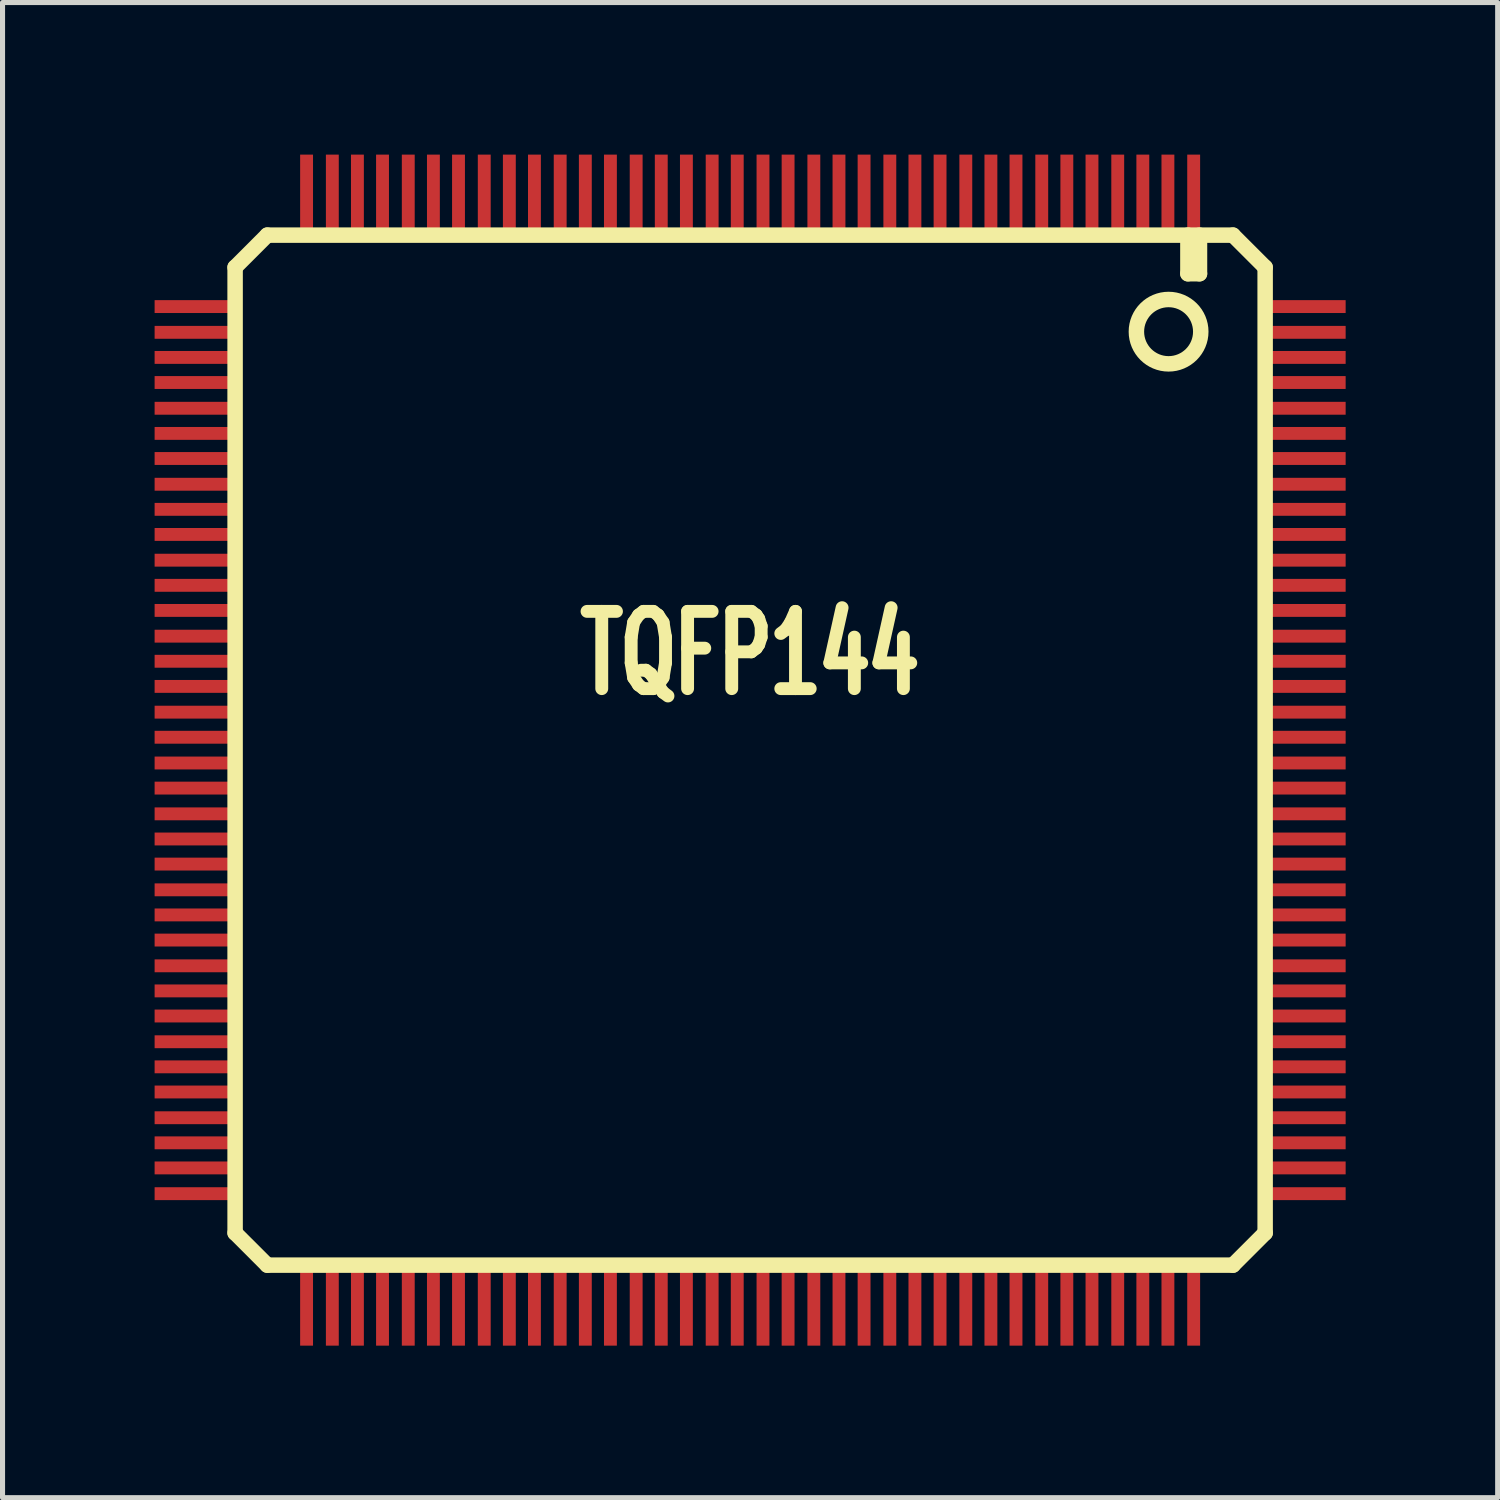
<source format=kicad_pcb>
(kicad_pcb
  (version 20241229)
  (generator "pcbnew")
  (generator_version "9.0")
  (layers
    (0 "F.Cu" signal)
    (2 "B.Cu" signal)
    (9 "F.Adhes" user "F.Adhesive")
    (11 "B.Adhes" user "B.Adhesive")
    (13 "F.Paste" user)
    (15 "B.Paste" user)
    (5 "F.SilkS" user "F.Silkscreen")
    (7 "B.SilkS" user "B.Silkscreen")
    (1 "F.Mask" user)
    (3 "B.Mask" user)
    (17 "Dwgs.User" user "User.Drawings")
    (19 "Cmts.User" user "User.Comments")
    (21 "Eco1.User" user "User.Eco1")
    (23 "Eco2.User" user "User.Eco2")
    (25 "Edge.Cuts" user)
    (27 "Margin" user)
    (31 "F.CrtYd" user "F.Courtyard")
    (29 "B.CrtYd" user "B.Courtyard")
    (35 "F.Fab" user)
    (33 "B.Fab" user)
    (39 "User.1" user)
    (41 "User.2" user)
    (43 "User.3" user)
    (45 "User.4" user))
  (footprint "TQFP144"
    (layer "F.Cu")
    (at 11.748 11.748)
    (property "Reference" "TQFP144" (at 0 -1.905 0) (layer "F.SilkS") (effects (font (size 1.524 1.016) (thickness 0.305))))
    (attr smd)
    (fp_line (start -10.16 -9.525) (end -10.16 9.525) (stroke (width 0.305) (type solid)) (layer "F.SilkS"))
    (fp_line (start -10.16 9.525) (end -9.525 10.16) (stroke (width 0.305) (type solid)) (layer "F.SilkS"))
    (fp_line (start -9.525 -10.16) (end -10.16 -9.525) (stroke (width 0.305) (type solid)) (layer "F.SilkS"))
    (fp_line (start -9.525 10.16) (end 9.525 10.16) (stroke (width 0.305) (type solid)) (layer "F.SilkS"))
    (fp_line (start 8.636 -10.16) (end 8.636 -9.398) (stroke (width 0.305) (type solid)) (layer "F.SilkS"))
    (fp_line (start 8.636 -9.398) (end 8.865 -9.398) (stroke (width 0.305) (type solid)) (layer "F.SilkS"))
    (fp_line (start 8.865 -9.398) (end 8.865 -10.16) (stroke (width 0.305) (type solid)) (layer "F.SilkS"))
    (fp_line (start 9.525 -10.16) (end -9.525 -10.16) (stroke (width 0.305) (type solid)) (layer "F.SilkS"))
    (fp_line (start 9.525 10.16) (end 10.16 9.525) (stroke (width 0.305) (type solid)) (layer "F.SilkS"))
    (fp_line (start 10.16 -9.525) (end 9.525 -10.16) (stroke (width 0.305) (type solid)) (layer "F.SilkS"))
    (fp_line (start 10.16 9.525) (end 10.16 -9.525) (stroke (width 0.305) (type solid)) (layer "F.SilkS"))
    (fp_circle (center 8.255 -8.255) (end 8.255 -8.89) (stroke (width 0.305) (type solid)) (fill no) (layer "F.SilkS"))
    (pad "1" smd rect (at 8.75 -10.986) (size 0.254 1.524) (layers "F.Cu" "F.Mask" "F.Paste"))
    (pad "2" smd rect (at 8.242 -10.986) (size 0.254 1.524) (layers "F.Cu" "F.Mask" "F.Paste"))
    (pad "3" smd rect (at 7.747 -10.986) (size 0.254 1.524) (layers "F.Cu" "F.Mask" "F.Paste"))
    (pad "4" smd rect (at 7.252 -10.986) (size 0.254 1.524) (layers "F.Cu" "F.Mask" "F.Paste"))
    (pad "5" smd rect (at 6.744 -10.986) (size 0.254 1.524) (layers "F.Cu" "F.Mask" "F.Paste"))
    (pad "6" smd rect (at 6.248 -10.986) (size 0.254 1.524) (layers "F.Cu" "F.Mask" "F.Paste"))
    (pad "7" smd rect (at 5.753 -10.986) (size 0.254 1.524) (layers "F.Cu" "F.Mask" "F.Paste"))
    (pad "8" smd rect (at 5.245 -10.986) (size 0.254 1.524) (layers "F.Cu" "F.Mask" "F.Paste"))
    (pad "9" smd rect (at 4.75 -10.986) (size 0.254 1.524) (layers "F.Cu" "F.Mask" "F.Paste"))
    (pad "10" smd rect (at 4.255 -10.986) (size 0.254 1.524) (layers "F.Cu" "F.Mask" "F.Paste"))
    (pad "11" smd rect (at 3.747 -10.986) (size 0.254 1.524) (layers "F.Cu" "F.Mask" "F.Paste"))
    (pad "12" smd rect (at 3.251 -10.986) (size 0.254 1.524) (layers "F.Cu" "F.Mask" "F.Paste"))
    (pad "13" smd rect (at 2.756 -10.986) (size 0.254 1.524) (layers "F.Cu" "F.Mask" "F.Paste"))
    (pad "14" smd rect (at 2.248 -10.986) (size 0.254 1.524) (layers "F.Cu" "F.Mask" "F.Paste"))
    (pad "15" smd rect (at 1.753 -10.986) (size 0.254 1.524) (layers "F.Cu" "F.Mask" "F.Paste"))
    (pad "16" smd rect (at 1.257 -10.986) (size 0.254 1.524) (layers "F.Cu" "F.Mask" "F.Paste"))
    (pad "17" smd rect (at 0.749 -10.986) (size 0.254 1.524) (layers "F.Cu" "F.Mask" "F.Paste"))
    (pad "18" smd rect (at 0.254 -10.986) (size 0.254 1.524) (layers "F.Cu" "F.Mask" "F.Paste"))
    (pad "19" smd rect (at -0.254 -10.986) (size 0.254 1.524) (layers "F.Cu" "F.Mask" "F.Paste"))
    (pad "20" smd rect (at -0.749 -10.986) (size 0.254 1.524) (layers "F.Cu" "F.Mask" "F.Paste"))
    (pad "21" smd rect (at -1.257 -10.986) (size 0.254 1.524) (layers "F.Cu" "F.Mask" "F.Paste"))
    (pad "22" smd rect (at -1.753 -10.986) (size 0.254 1.524) (layers "F.Cu" "F.Mask" "F.Paste"))
    (pad "23" smd rect (at -2.248 -10.986) (size 0.254 1.524) (layers "F.Cu" "F.Mask" "F.Paste"))
    (pad "24" smd rect (at -2.756 -10.986) (size 0.254 1.524) (layers "F.Cu" "F.Mask" "F.Paste"))
    (pad "25" smd rect (at -3.251 -10.986) (size 0.254 1.524) (layers "F.Cu" "F.Mask" "F.Paste"))
    (pad "26" smd rect (at -3.747 -10.986) (size 0.254 1.524) (layers "F.Cu" "F.Mask" "F.Paste"))
    (pad "27" smd rect (at -4.255 -10.986) (size 0.254 1.524) (layers "F.Cu" "F.Mask" "F.Paste"))
    (pad "28" smd rect (at -4.75 -10.986) (size 0.254 1.524) (layers "F.Cu" "F.Mask" "F.Paste"))
    (pad "29" smd rect (at -5.245 -10.986) (size 0.254 1.524) (layers "F.Cu" "F.Mask" "F.Paste"))
    (pad "30" smd rect (at -5.753 -10.986) (size 0.254 1.524) (layers "F.Cu" "F.Mask" "F.Paste"))
    (pad "31" smd rect (at -6.248 -10.986) (size 0.254 1.524) (layers "F.Cu" "F.Mask" "F.Paste"))
    (pad "32" smd rect (at -6.744 -10.986) (size 0.254 1.524) (layers "F.Cu" "F.Mask" "F.Paste"))
    (pad "33" smd rect (at -7.252 -10.986) (size 0.254 1.524) (layers "F.Cu" "F.Mask" "F.Paste"))
    (pad "34" smd rect (at -7.747 -10.986) (size 0.254 1.524) (layers "F.Cu" "F.Mask" "F.Paste"))
    (pad "35" smd rect (at -8.242 -10.986) (size 0.254 1.524) (layers "F.Cu" "F.Mask" "F.Paste"))
    (pad "36" smd rect (at -8.75 -10.986) (size 0.254 1.524) (layers "F.Cu" "F.Mask" "F.Paste"))
    (pad "37" smd rect (at -10.986 -8.75) (size 1.524 0.254) (layers "F.Cu" "F.Mask" "F.Paste"))
    (pad "38" smd rect (at -10.986 -8.242) (size 1.524 0.254) (layers "F.Cu" "F.Mask" "F.Paste"))
    (pad "39" smd rect (at -10.986 -7.747) (size 1.524 0.254) (layers "F.Cu" "F.Mask" "F.Paste"))
    (pad "40" smd rect (at -10.986 -7.252) (size 1.524 0.254) (layers "F.Cu" "F.Mask" "F.Paste"))
    (pad "41" smd rect (at -10.986 -6.744) (size 1.524 0.254) (layers "F.Cu" "F.Mask" "F.Paste"))
    (pad "42" smd rect (at -10.986 -6.248) (size 1.524 0.254) (layers "F.Cu" "F.Mask" "F.Paste"))
    (pad "43" smd rect (at -10.986 -5.753) (size 1.524 0.254) (layers "F.Cu" "F.Mask" "F.Paste"))
    (pad "44" smd rect (at -10.986 -5.245) (size 1.524 0.254) (layers "F.Cu" "F.Mask" "F.Paste"))
    (pad "45" smd rect (at -10.986 -4.75) (size 1.524 0.254) (layers "F.Cu" "F.Mask" "F.Paste"))
    (pad "46" smd rect (at -10.986 -4.255) (size 1.524 0.254) (layers "F.Cu" "F.Mask" "F.Paste"))
    (pad "47" smd rect (at -10.986 -3.747) (size 1.524 0.254) (layers "F.Cu" "F.Mask" "F.Paste"))
    (pad "48" smd rect (at -10.986 -3.251) (size 1.524 0.254) (layers "F.Cu" "F.Mask" "F.Paste"))
    (pad "49" smd rect (at -10.986 -2.756) (size 1.524 0.254) (layers "F.Cu" "F.Mask" "F.Paste"))
    (pad "50" smd rect (at -10.986 -2.248) (size 1.524 0.254) (layers "F.Cu" "F.Mask" "F.Paste"))
    (pad "51" smd rect (at -10.986 -1.753) (size 1.524 0.254) (layers "F.Cu" "F.Mask" "F.Paste"))
    (pad "52" smd rect (at -10.986 -1.257) (size 1.524 0.254) (layers "F.Cu" "F.Mask" "F.Paste"))
    (pad "53" smd rect (at -10.986 -0.749) (size 1.524 0.254) (layers "F.Cu" "F.Mask" "F.Paste"))
    (pad "54" smd rect (at -10.986 -0.254) (size 1.524 0.254) (layers "F.Cu" "F.Mask" "F.Paste"))
    (pad "55" smd rect (at -10.986 0.254) (size 1.524 0.254) (layers "F.Cu" "F.Mask" "F.Paste"))
    (pad "56" smd rect (at -10.986 0.749) (size 1.524 0.254) (layers "F.Cu" "F.Mask" "F.Paste"))
    (pad "57" smd rect (at -10.986 1.257) (size 1.524 0.254) (layers "F.Cu" "F.Mask" "F.Paste"))
    (pad "58" smd rect (at -10.986 1.753) (size 1.524 0.254) (layers "F.Cu" "F.Mask" "F.Paste"))
    (pad "59" smd rect (at -10.986 2.248) (size 1.524 0.254) (layers "F.Cu" "F.Mask" "F.Paste"))
    (pad "60" smd rect (at -10.986 2.756) (size 1.524 0.254) (layers "F.Cu" "F.Mask" "F.Paste"))
    (pad "61" smd rect (at -10.986 3.251) (size 1.524 0.254) (layers "F.Cu" "F.Mask" "F.Paste"))
    (pad "62" smd rect (at -10.986 3.747) (size 1.524 0.254) (layers "F.Cu" "F.Mask" "F.Paste"))
    (pad "63" smd rect (at -10.986 4.255) (size 1.524 0.254) (layers "F.Cu" "F.Mask" "F.Paste"))
    (pad "64" smd rect (at -10.986 4.75) (size 1.524 0.254) (layers "F.Cu" "F.Mask" "F.Paste"))
    (pad "65" smd rect (at -10.986 5.245) (size 1.524 0.254) (layers "F.Cu" "F.Mask" "F.Paste"))
    (pad "66" smd rect (at -10.986 5.753) (size 1.524 0.254) (layers "F.Cu" "F.Mask" "F.Paste"))
    (pad "67" smd rect (at -10.986 6.248) (size 1.524 0.254) (layers "F.Cu" "F.Mask" "F.Paste"))
    (pad "68" smd rect (at -10.986 6.744) (size 1.524 0.254) (layers "F.Cu" "F.Mask" "F.Paste"))
    (pad "69" smd rect (at -10.986 7.252) (size 1.524 0.254) (layers "F.Cu" "F.Mask" "F.Paste"))
    (pad "70" smd rect (at -10.986 7.747) (size 1.524 0.254) (layers "F.Cu" "F.Mask" "F.Paste"))
    (pad "71" smd rect (at -10.986 8.242) (size 1.524 0.254) (layers "F.Cu" "F.Mask" "F.Paste"))
    (pad "72" smd rect (at -10.986 8.75) (size 1.524 0.254) (layers "F.Cu" "F.Mask" "F.Paste"))
    (pad "73" smd rect (at -8.75 10.986) (size 0.254 1.524) (layers "F.Cu" "F.Mask" "F.Paste"))
    (pad "74" smd rect (at -8.242 10.986) (size 0.254 1.524) (layers "F.Cu" "F.Mask" "F.Paste"))
    (pad "75" smd rect (at -7.747 10.986) (size 0.254 1.524) (layers "F.Cu" "F.Mask" "F.Paste"))
    (pad "76" smd rect (at -7.252 10.986) (size 0.254 1.524) (layers "F.Cu" "F.Mask" "F.Paste"))
    (pad "77" smd rect (at -6.744 10.986) (size 0.254 1.524) (layers "F.Cu" "F.Mask" "F.Paste"))
    (pad "78" smd rect (at -6.248 10.986) (size 0.254 1.524) (layers "F.Cu" "F.Mask" "F.Paste"))
    (pad "79" smd rect (at -5.753 10.986) (size 0.254 1.524) (layers "F.Cu" "F.Mask" "F.Paste"))
    (pad "80" smd rect (at -5.245 10.986) (size 0.254 1.524) (layers "F.Cu" "F.Mask" "F.Paste"))
    (pad "81" smd rect (at -4.75 10.986) (size 0.254 1.524) (layers "F.Cu" "F.Mask" "F.Paste"))
    (pad "82" smd rect (at -4.255 10.986) (size 0.254 1.524) (layers "F.Cu" "F.Mask" "F.Paste"))
    (pad "83" smd rect (at -3.747 10.986) (size 0.254 1.524) (layers "F.Cu" "F.Mask" "F.Paste"))
    (pad "84" smd rect (at -3.251 10.986) (size 0.254 1.524) (layers "F.Cu" "F.Mask" "F.Paste"))
    (pad "85" smd rect (at -2.756 10.986) (size 0.254 1.524) (layers "F.Cu" "F.Mask" "F.Paste"))
    (pad "86" smd rect (at -2.248 10.986) (size 0.254 1.524) (layers "F.Cu" "F.Mask" "F.Paste"))
    (pad "87" smd rect (at -1.753 10.986) (size 0.254 1.524) (layers "F.Cu" "F.Mask" "F.Paste"))
    (pad "88" smd rect (at -1.257 10.986) (size 0.254 1.524) (layers "F.Cu" "F.Mask" "F.Paste"))
    (pad "89" smd rect (at -0.749 10.986) (size 0.254 1.524) (layers "F.Cu" "F.Mask" "F.Paste"))
    (pad "90" smd rect (at -0.254 10.986) (size 0.254 1.524) (layers "F.Cu" "F.Mask" "F.Paste"))
    (pad "91" smd rect (at 0.254 10.986) (size 0.254 1.524) (layers "F.Cu" "F.Mask" "F.Paste"))
    (pad "92" smd rect (at 0.749 10.986) (size 0.254 1.524) (layers "F.Cu" "F.Mask" "F.Paste"))
    (pad "93" smd rect (at 1.257 10.986) (size 0.254 1.524) (layers "F.Cu" "F.Mask" "F.Paste"))
    (pad "94" smd rect (at 1.753 10.986) (size 0.254 1.524) (layers "F.Cu" "F.Mask" "F.Paste"))
    (pad "95" smd rect (at 2.248 10.986) (size 0.254 1.524) (layers "F.Cu" "F.Mask" "F.Paste"))
    (pad "96" smd rect (at 2.756 10.986) (size 0.254 1.524) (layers "F.Cu" "F.Mask" "F.Paste"))
    (pad "97" smd rect (at 3.251 10.986) (size 0.254 1.524) (layers "F.Cu" "F.Mask" "F.Paste"))
    (pad "98" smd rect (at 3.747 10.986) (size 0.254 1.524) (layers "F.Cu" "F.Mask" "F.Paste"))
    (pad "99" smd rect (at 4.255 10.986) (size 0.254 1.524) (layers "F.Cu" "F.Mask" "F.Paste"))
    (pad "100" smd rect (at 4.75 10.986) (size 0.254 1.524) (layers "F.Cu" "F.Mask" "F.Paste"))
    (pad "101" smd rect (at 5.245 10.986) (size 0.254 1.524) (layers "F.Cu" "F.Mask" "F.Paste"))
    (pad "102" smd rect (at 5.753 10.986) (size 0.254 1.524) (layers "F.Cu" "F.Mask" "F.Paste"))
    (pad "103" smd rect (at 6.248 10.986) (size 0.254 1.524) (layers "F.Cu" "F.Mask" "F.Paste"))
    (pad "104" smd rect (at 6.744 10.986) (size 0.254 1.524) (layers "F.Cu" "F.Mask" "F.Paste"))
    (pad "105" smd rect (at 7.252 10.986) (size 0.254 1.524) (layers "F.Cu" "F.Mask" "F.Paste"))
    (pad "106" smd rect (at 7.747 10.986) (size 0.254 1.524) (layers "F.Cu" "F.Mask" "F.Paste"))
    (pad "107" smd rect (at 8.242 10.986) (size 0.254 1.524) (layers "F.Cu" "F.Mask" "F.Paste"))
    (pad "108" smd rect (at 8.75 10.986) (size 0.254 1.524) (layers "F.Cu" "F.Mask" "F.Paste"))
    (pad "109" smd rect (at 10.986 8.75) (size 1.524 0.254) (layers "F.Cu" "F.Mask" "F.Paste"))
    (pad "110" smd rect (at 10.986 8.242) (size 1.524 0.254) (layers "F.Cu" "F.Mask" "F.Paste"))
    (pad "111" smd rect (at 10.986 7.747) (size 1.524 0.254) (layers "F.Cu" "F.Mask" "F.Paste"))
    (pad "112" smd rect (at 10.986 7.252) (size 1.524 0.254) (layers "F.Cu" "F.Mask" "F.Paste"))
    (pad "113" smd rect (at 10.986 6.744) (size 1.524 0.254) (layers "F.Cu" "F.Mask" "F.Paste"))
    (pad "114" smd rect (at 10.986 6.248) (size 1.524 0.254) (layers "F.Cu" "F.Mask" "F.Paste"))
    (pad "115" smd rect (at 10.986 5.753) (size 1.524 0.254) (layers "F.Cu" "F.Mask" "F.Paste"))
    (pad "116" smd rect (at 10.986 5.245) (size 1.524 0.254) (layers "F.Cu" "F.Mask" "F.Paste"))
    (pad "117" smd rect (at 10.986 4.75) (size 1.524 0.254) (layers "F.Cu" "F.Mask" "F.Paste"))
    (pad "118" smd rect (at 10.986 4.255) (size 1.524 0.254) (layers "F.Cu" "F.Mask" "F.Paste"))
    (pad "119" smd rect (at 10.986 3.747) (size 1.524 0.254) (layers "F.Cu" "F.Mask" "F.Paste"))
    (pad "120" smd rect (at 10.986 3.251) (size 1.524 0.254) (layers "F.Cu" "F.Mask" "F.Paste"))
    (pad "121" smd rect (at 10.986 2.756) (size 1.524 0.254) (layers "F.Cu" "F.Mask" "F.Paste"))
    (pad "122" smd rect (at 10.986 2.248) (size 1.524 0.254) (layers "F.Cu" "F.Mask" "F.Paste"))
    (pad "123" smd rect (at 10.986 1.753) (size 1.524 0.254) (layers "F.Cu" "F.Mask" "F.Paste"))
    (pad "124" smd rect (at 10.986 1.257) (size 1.524 0.254) (layers "F.Cu" "F.Mask" "F.Paste"))
    (pad "125" smd rect (at 10.986 0.749) (size 1.524 0.254) (layers "F.Cu" "F.Mask" "F.Paste"))
    (pad "126" smd rect (at 10.986 0.254) (size 1.524 0.254) (layers "F.Cu" "F.Mask" "F.Paste"))
    (pad "127" smd rect (at 10.986 -0.254) (size 1.524 0.254) (layers "F.Cu" "F.Mask" "F.Paste"))
    (pad "128" smd rect (at 10.986 -0.749) (size 1.524 0.254) (layers "F.Cu" "F.Mask" "F.Paste"))
    (pad "129" smd rect (at 10.986 -1.257) (size 1.524 0.254) (layers "F.Cu" "F.Mask" "F.Paste"))
    (pad "130" smd rect (at 10.986 -1.753) (size 1.524 0.254) (layers "F.Cu" "F.Mask" "F.Paste"))
    (pad "131" smd rect (at 10.986 -2.248) (size 1.524 0.254) (layers "F.Cu" "F.Mask" "F.Paste"))
    (pad "132" smd rect (at 10.986 -2.756) (size 1.524 0.254) (layers "F.Cu" "F.Mask" "F.Paste"))
    (pad "133" smd rect (at 10.986 -3.251) (size 1.524 0.254) (layers "F.Cu" "F.Mask" "F.Paste"))
    (pad "134" smd rect (at 10.986 -3.747) (size 1.524 0.254) (layers "F.Cu" "F.Mask" "F.Paste"))
    (pad "135" smd rect (at 10.986 -4.255) (size 1.524 0.254) (layers "F.Cu" "F.Mask" "F.Paste"))
    (pad "136" smd rect (at 10.986 -4.75) (size 1.524 0.254) (layers "F.Cu" "F.Mask" "F.Paste"))
    (pad "137" smd rect (at 10.986 -5.245) (size 1.524 0.254) (layers "F.Cu" "F.Mask" "F.Paste"))
    (pad "138" smd rect (at 10.986 -5.753) (size 1.524 0.254) (layers "F.Cu" "F.Mask" "F.Paste"))
    (pad "139" smd rect (at 10.986 -6.248) (size 1.524 0.254) (layers "F.Cu" "F.Mask" "F.Paste"))
    (pad "140" smd rect (at 10.986 -6.744) (size 1.524 0.254) (layers "F.Cu" "F.Mask" "F.Paste"))
    (pad "141" smd rect (at 10.986 -7.252) (size 1.524 0.254) (layers "F.Cu" "F.Mask" "F.Paste"))
    (pad "142" smd rect (at 10.986 -7.747) (size 1.524 0.254) (layers "F.Cu" "F.Mask" "F.Paste"))
    (pad "143" smd rect (at 10.986 -8.242) (size 1.524 0.254) (layers "F.Cu" "F.Mask" "F.Paste"))
    (pad "144" smd rect (at 10.986 -8.75) (size 1.524 0.254) (layers "F.Cu" "F.Mask" "F.Paste")))
  (gr_rect
    (start -3 -3)
    (end 26.495 26.495)
    (stroke (width 0.1) (type default))
    (fill no)
    (layer "Edge.Cuts")))
</source>
